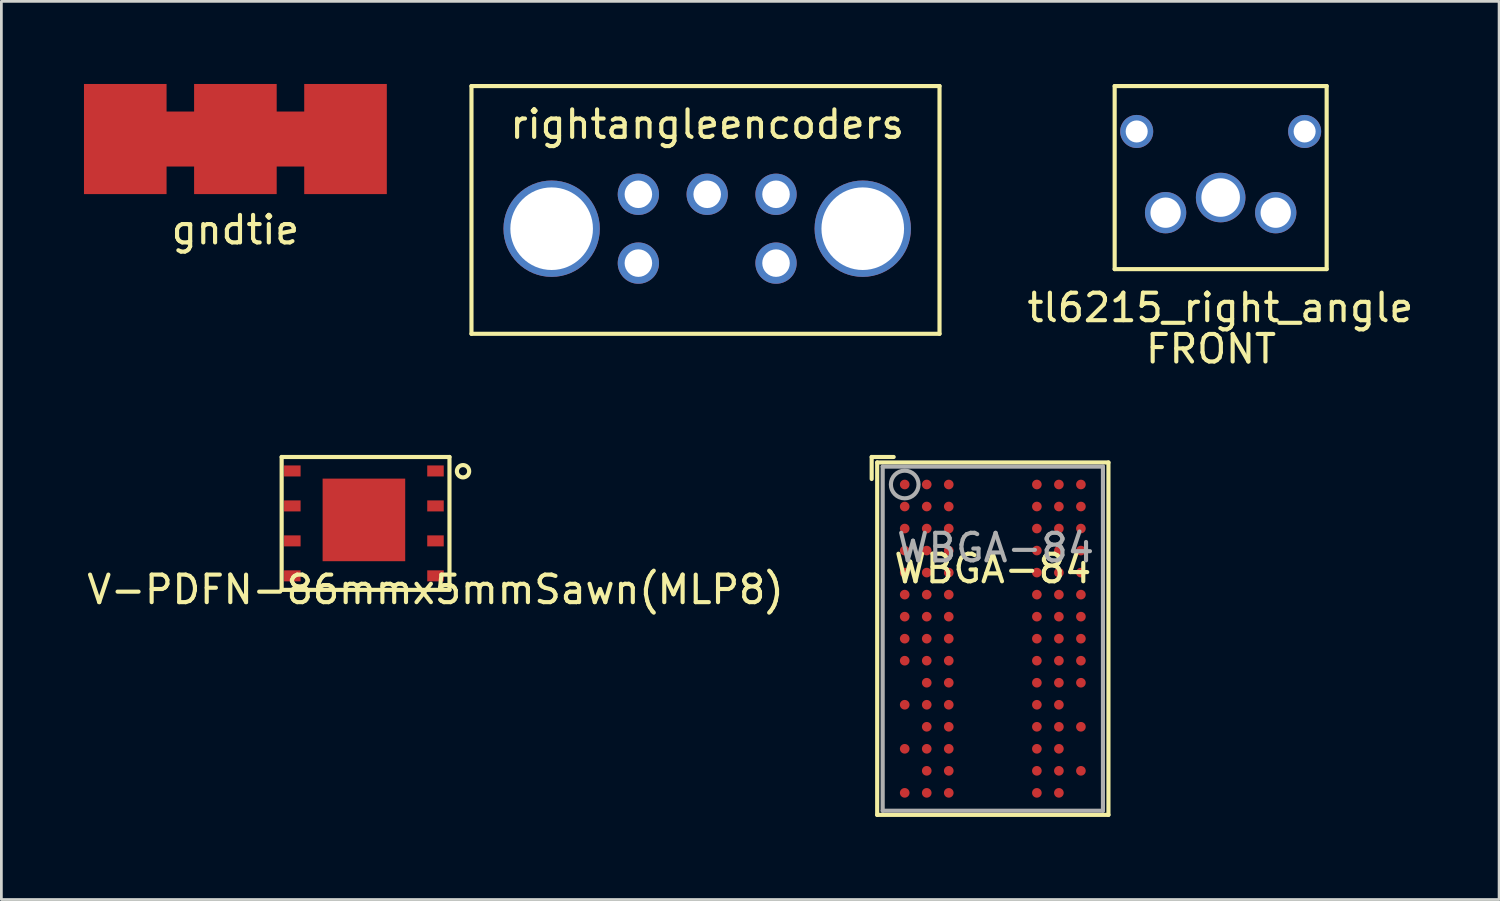
<source format=kicad_pcb>
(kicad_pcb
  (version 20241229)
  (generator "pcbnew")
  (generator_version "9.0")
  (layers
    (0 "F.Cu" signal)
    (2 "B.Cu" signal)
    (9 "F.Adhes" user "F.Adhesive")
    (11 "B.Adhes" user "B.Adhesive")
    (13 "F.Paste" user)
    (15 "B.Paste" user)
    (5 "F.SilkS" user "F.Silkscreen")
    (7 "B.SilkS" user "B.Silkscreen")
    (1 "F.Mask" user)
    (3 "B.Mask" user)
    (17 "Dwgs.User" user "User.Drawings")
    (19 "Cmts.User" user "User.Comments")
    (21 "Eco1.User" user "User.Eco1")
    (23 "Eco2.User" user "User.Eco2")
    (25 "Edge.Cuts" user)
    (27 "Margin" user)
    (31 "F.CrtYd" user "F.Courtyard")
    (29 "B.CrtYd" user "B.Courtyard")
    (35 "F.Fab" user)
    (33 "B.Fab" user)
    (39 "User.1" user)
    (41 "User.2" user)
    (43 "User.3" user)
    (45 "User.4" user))
  (footprint "rightangleencoders"
    (layer "F.Cu")
    (at 22.075 6.075)
    (property "Reference" "rightangleencoders" (at 0.562 -4.608 180) (layer "F.SilkS") (effects (font (size 1 1) (thickness 0.15))))
    (attr through_hole)
    (fp_line (start -8 -6) (end -8 3) (stroke (width 0.15) (type solid)) (layer "F.SilkS"))
    (fp_line (start -8 3) (end 9 3) (stroke (width 0.15) (type solid)) (layer "F.SilkS"))
    (fp_line (start 9 -6) (end -8 -6) (stroke (width 0.15) (type solid)) (layer "F.SilkS"))
    (fp_line (start 9 3) (end 9 -6) (stroke (width 0.15) (type solid)) (layer "F.SilkS"))
    (pad "A" thru_hole circle (at 3.062 -2.068 180) (size 1.5 1.5) (drill 1) (layers "*.Cu" "*.Mask"))
    (pad "B" thru_hole circle (at -1.938 -2.068 180) (size 1.5 1.5) (drill 1) (layers "*.Cu" "*.Mask"))
    (pad "C" thru_hole circle (at 0.562 -2.068 180) (size 1.5 1.5) (drill 1) (layers "*.Cu" "*.Mask"))
    (pad "P1" thru_hole circle (at 6.212 -0.818 180) (size 3.5 3.5) (drill 3) (layers "*.Cu" "*.Mask"))
    (pad "P2" thru_hole circle (at -5.088 -0.818 180) (size 3.5 3.5) (drill 3) (layers "*.Cu" "*.Mask"))
    (pad "S1" thru_hole circle (at 3.062 0.432 180) (size 1.5 1.5) (drill 1) (layers "*.Cu" "*.Mask"))
    (pad "S2" thru_hole circle (at -1.938 0.432 180) (size 1.5 1.5) (drill 1) (layers "*.Cu" "*.Mask")))
  (footprint "V-PDFN-86mmx5mmSawn(MLP8)"
    (layer "F.Cu")
    (at 12.768 17.866)
    (property "Reference" "V-PDFN-86mmx5mmSawn(MLP8)" (at 0 0.5 0) (layer "F.SilkS") (effects (font (size 1 1) (thickness 0.15))))
    (attr through_hole)
    (fp_line (start -5.588 -4.318) (end -5.588 0.508) (stroke (width 0.15) (type solid)) (layer "F.SilkS"))
    (fp_line (start -5.588 0.508) (end 0.508 0.508) (stroke (width 0.15) (type solid)) (layer "F.SilkS"))
    (fp_line (start 0.508 -4.318) (end -5.588 -4.318) (stroke (width 0.15) (type solid)) (layer "F.SilkS"))
    (fp_line (start 0.508 0.508) (end 0.508 -4.318) (stroke (width 0.15) (type solid)) (layer "F.SilkS"))
    (fp_circle (center 1 -3.8) (end 0.9 -4) (stroke (width 0.15) (type solid)) (fill no) (layer "F.SilkS"))
    (pad "1" smd rect (at 0 -3.81) (size 0.6 0.4) (layers "F.Cu" "F.Mask" "F.Paste"))
    (pad "2" smd rect (at 0 -2.54) (size 0.6 0.4) (layers "F.Cu" "F.Mask" "F.Paste"))
    (pad "3" smd rect (at 0 -1.27) (size 0.6 0.4) (layers "F.Cu" "F.Mask" "F.Paste"))
    (pad "4" smd rect (at 0 0) (size 0.6 0.4) (layers "F.Cu" "F.Mask" "F.Paste"))
    (pad "5" smd rect (at -5.2 0) (size 0.6 0.4) (layers "F.Cu" "F.Mask" "F.Paste"))
    (pad "6" smd rect (at -5.2 -1.27) (size 0.6 0.4) (layers "F.Cu" "F.Mask" "F.Paste"))
    (pad "7" smd rect (at -5.2 -2.54) (size 0.6 0.4) (layers "F.Cu" "F.Mask" "F.Paste"))
    (pad "8" smd rect (at -5.2 -3.81) (size 0.6 0.4) (layers "F.Cu" "F.Mask" "F.Paste"))
    (pad "PAD" smd rect (at -2.6 -2.032) (size 3 3) (layers "F.Cu" "F.Mask" "F.Paste")))
  (footprint "WBGA-84"
    (layer "F.Cu")
    (at 33.011 20.148)
    (property "Reference" "WBGA-84" (at 0 -2.54 0) (layer "F.SilkS") (effects (font (size 1 1) (thickness 0.15))))
    (attr through_hole)
    (fp_line (start -4.4 -6.6) (end -4.4 -5.8) (stroke (width 0.15) (type solid)) (layer "F.SilkS"))
    (fp_line (start -4.2 -6.4) (end 4.2 -6.4) (stroke (width 0.15) (type solid)) (layer "F.SilkS"))
    (fp_line (start -4.2 6.4) (end -4.2 -6.4) (stroke (width 0.15) (type solid)) (layer "F.SilkS"))
    (fp_line (start -3.6 -6.6) (end -4.4 -6.6) (stroke (width 0.15) (type solid)) (layer "F.SilkS"))
    (fp_line (start 4.2 -6.4) (end 4.2 6.4) (stroke (width 0.15) (type solid)) (layer "F.SilkS"))
    (fp_line (start 4.2 6.4) (end -4.2 6.4) (stroke (width 0.15) (type solid)) (layer "F.SilkS"))
    (fp_line (start -3.2 -2.8) (end 3.2 -2.8) (stroke (width 0.15) (type solid)) (layer "Eco1.User"))
    (fp_line (start -3.2 0.4) (end 3.2 0.4) (stroke (width 0.15) (type solid)) (layer "Eco1.User"))
    (fp_line (start -4 -6.25) (end 4 -6.25) (stroke (width 0.15) (type solid)) (layer "F.Fab"))
    (fp_line (start -4 6.25) (end -4 -6.25) (stroke (width 0.15) (type solid)) (layer "F.Fab"))
    (fp_line (start 4 -6.25) (end 4 6.25) (stroke (width 0.15) (type solid)) (layer "F.Fab"))
    (fp_line (start 4 6.25) (end -4 6.25) (stroke (width 0.15) (type solid)) (layer "F.Fab"))
    (fp_circle (center -3.2 -5.6) (end -2.7 -5.55) (stroke (width 0.15) (type solid)) (fill no) (layer "F.Fab"))
    (fp_text user "Upper" (at 0 -4.8 0) (layer "Eco1.User") (effects (font (size 1 1) (thickness 0.15))))
    (fp_text user "Lower" (at -0.2 -1 0) (layer "Eco1.User") (effects (font (size 1 1) (thickness 0.15))))
    (fp_text user "${REFERENCE}" (at 0.1 -3.3 0) (layer "F.Fab") (effects (font (size 1 1) (thickness 0.15))))
    (pad "A1" smd circle (at -3.2 -5.6 180) (size 0.35 0.35) (layers "F.Cu" "F.Mask" "F.Paste"))
    (pad "A2" smd circle (at -2.4 -5.6 180) (size 0.35 0.35) (layers "F.Cu" "F.Mask" "F.Paste"))
    (pad "A3" smd circle (at -1.6 -5.6 180) (size 0.35 0.35) (layers "F.Cu" "F.Mask" "F.Paste"))
    (pad "A7" smd circle (at 1.6 -5.6 180) (size 0.35 0.35) (layers "F.Cu" "F.Mask" "F.Paste"))
    (pad "A8" smd circle (at 2.4 -5.6 180) (size 0.35 0.35) (layers "F.Cu" "F.Mask" "F.Paste"))
    (pad "A9" smd circle (at 3.2 -5.6 180) (size 0.35 0.35) (layers "F.Cu" "F.Mask" "F.Paste"))
    (pad "B1" smd circle (at -3.2 -4.8 180) (size 0.35 0.35) (layers "F.Cu" "F.Mask" "F.Paste"))
    (pad "B2" smd circle (at -2.4 -4.8 180) (size 0.35 0.35) (layers "F.Cu" "F.Mask" "F.Paste"))
    (pad "B3" smd circle (at -1.6 -4.8 180) (size 0.35 0.35) (layers "F.Cu" "F.Mask" "F.Paste"))
    (pad "B7" smd circle (at 1.6 -4.8 180) (size 0.35 0.35) (layers "F.Cu" "F.Mask" "F.Paste"))
    (pad "B8" smd circle (at 2.4 -4.8 180) (size 0.35 0.35) (layers "F.Cu" "F.Mask" "F.Paste"))
    (pad "B9" smd circle (at 3.2 -4.8 180) (size 0.35 0.35) (layers "F.Cu" "F.Mask" "F.Paste"))
    (pad "C1" smd circle (at -3.2 -4 180) (size 0.35 0.35) (layers "F.Cu" "F.Mask" "F.Paste"))
    (pad "C2" smd circle (at -2.4 -4 180) (size 0.35 0.35) (layers "F.Cu" "F.Mask" "F.Paste"))
    (pad "C3" smd circle (at -1.6 -4 180) (size 0.35 0.35) (layers "F.Cu" "F.Mask" "F.Paste"))
    (pad "C7" smd circle (at 1.6 -4 180) (size 0.35 0.35) (layers "F.Cu" "F.Mask" "F.Paste"))
    (pad "C8" smd circle (at 2.4 -4 180) (size 0.35 0.35) (layers "F.Cu" "F.Mask" "F.Paste"))
    (pad "C9" smd circle (at 3.2 -4 180) (size 0.35 0.35) (layers "F.Cu" "F.Mask" "F.Paste"))
    (pad "D1" smd circle (at -3.2 -3.2 180) (size 0.35 0.35) (layers "F.Cu" "F.Mask" "F.Paste"))
    (pad "D2" smd circle (at -2.4 -3.2 180) (size 0.35 0.35) (layers "F.Cu" "F.Mask" "F.Paste"))
    (pad "D3" smd circle (at -1.6 -3.2 180) (size 0.35 0.35) (layers "F.Cu" "F.Mask" "F.Paste"))
    (pad "D7" smd circle (at 1.6 -3.2 180) (size 0.35 0.35) (layers "F.Cu" "F.Mask" "F.Paste"))
    (pad "D8" smd circle (at 2.4 -3.2 180) (size 0.35 0.35) (layers "F.Cu" "F.Mask" "F.Paste"))
    (pad "D9" smd circle (at 3.2 -3.2 180) (size 0.35 0.35) (layers "F.Cu" "F.Mask" "F.Paste"))
    (pad "E1" smd circle (at -3.2 -2.4 180) (size 0.35 0.35) (layers "F.Cu" "F.Mask" "F.Paste"))
    (pad "E2" smd circle (at -2.4 -2.4 180) (size 0.35 0.35) (layers "F.Cu" "F.Mask" "F.Paste"))
    (pad "E3" smd circle (at -1.6 -2.4 180) (size 0.35 0.35) (layers "F.Cu" "F.Mask" "F.Paste"))
    (pad "E7" smd circle (at 1.6 -2.4 180) (size 0.35 0.35) (layers "F.Cu" "F.Mask" "F.Paste"))
    (pad "E8" smd circle (at 2.4 -2.4 180) (size 0.35 0.35) (layers "F.Cu" "F.Mask" "F.Paste"))
    (pad "E9" smd circle (at 3.2 -2.4 180) (size 0.35 0.35) (layers "F.Cu" "F.Mask" "F.Paste"))
    (pad "F1" smd circle (at -3.2 -1.6 180) (size 0.35 0.35) (layers "F.Cu" "F.Mask" "F.Paste"))
    (pad "F2" smd circle (at -2.4 -1.6 180) (size 0.35 0.35) (layers "F.Cu" "F.Mask" "F.Paste"))
    (pad "F3" smd circle (at -1.6 -1.6 180) (size 0.35 0.35) (layers "F.Cu" "F.Mask" "F.Paste"))
    (pad "F7" smd circle (at 1.6 -1.6 180) (size 0.35 0.35) (layers "F.Cu" "F.Mask" "F.Paste"))
    (pad "F8" smd circle (at 2.4 -1.6 180) (size 0.35 0.35) (layers "F.Cu" "F.Mask" "F.Paste"))
    (pad "F9" smd circle (at 3.2 -1.6 180) (size 0.35 0.35) (layers "F.Cu" "F.Mask" "F.Paste"))
    (pad "G1" smd circle (at -3.2 -0.8 180) (size 0.35 0.35) (layers "F.Cu" "F.Mask" "F.Paste"))
    (pad "G2" smd circle (at -2.4 -0.8 180) (size 0.35 0.35) (layers "F.Cu" "F.Mask" "F.Paste"))
    (pad "G3" smd circle (at -1.6 -0.8 180) (size 0.35 0.35) (layers "F.Cu" "F.Mask" "F.Paste"))
    (pad "G7" smd circle (at 1.6 -0.8 180) (size 0.35 0.35) (layers "F.Cu" "F.Mask" "F.Paste"))
    (pad "G8" smd circle (at 2.4 -0.8 180) (size 0.35 0.35) (layers "F.Cu" "F.Mask" "F.Paste"))
    (pad "G9" smd circle (at 3.2 -0.8 180) (size 0.35 0.35) (layers "F.Cu" "F.Mask" "F.Paste"))
    (pad "H1" smd circle (at -3.2 0 180) (size 0.35 0.35) (layers "F.Cu" "F.Mask" "F.Paste"))
    (pad "H2" smd circle (at -2.4 0 180) (size 0.35 0.35) (layers "F.Cu" "F.Mask" "F.Paste"))
    (pad "H3" smd circle (at -1.6 0 180) (size 0.35 0.35) (layers "F.Cu" "F.Mask" "F.Paste"))
    (pad "H7" smd circle (at 1.6 0 180) (size 0.35 0.35) (layers "F.Cu" "F.Mask" "F.Paste"))
    (pad "H8" smd circle (at 2.4 0 180) (size 0.35 0.35) (layers "F.Cu" "F.Mask" "F.Paste"))
    (pad "H9" smd circle (at 3.2 0 180) (size 0.35 0.35) (layers "F.Cu" "F.Mask" "F.Paste"))
    (pad "J1" smd circle (at -3.2 0.8 180) (size 0.35 0.35) (layers "F.Cu" "F.Mask" "F.Paste"))
    (pad "J2" smd circle (at -2.4 0.8 180) (size 0.35 0.35) (layers "F.Cu" "F.Mask" "F.Paste"))
    (pad "J3" smd circle (at -1.6 0.8 180) (size 0.35 0.35) (layers "F.Cu" "F.Mask" "F.Paste"))
    (pad "J7" smd circle (at 1.6 0.8 180) (size 0.35 0.35) (layers "F.Cu" "F.Mask" "F.Paste"))
    (pad "J8" smd circle (at 2.4 0.8 180) (size 0.35 0.35) (layers "F.Cu" "F.Mask" "F.Paste"))
    (pad "J9" smd circle (at 3.2 0.8 180) (size 0.35 0.35) (layers "F.Cu" "F.Mask" "F.Paste"))
    (pad "K2" smd circle (at -2.4 1.6 180) (size 0.35 0.35) (layers "F.Cu" "F.Mask" "F.Paste"))
    (pad "K3" smd circle (at -1.6 1.6 180) (size 0.35 0.35) (layers "F.Cu" "F.Mask" "F.Paste"))
    (pad "K7" smd circle (at 1.6 1.6 180) (size 0.35 0.35) (layers "F.Cu" "F.Mask" "F.Paste"))
    (pad "K8" smd circle (at 2.4 1.6 180) (size 0.35 0.35) (layers "F.Cu" "F.Mask" "F.Paste"))
    (pad "K9" smd circle (at 3.2 1.6 180) (size 0.35 0.35) (layers "F.Cu" "F.Mask" "F.Paste"))
    (pad "L1" smd circle (at -3.2 2.4 180) (size 0.35 0.35) (layers "F.Cu" "F.Mask" "F.Paste"))
    (pad "L2" smd circle (at -2.4 2.4 180) (size 0.35 0.35) (layers "F.Cu" "F.Mask" "F.Paste"))
    (pad "L3" smd circle (at -1.6 2.4 180) (size 0.35 0.35) (layers "F.Cu" "F.Mask" "F.Paste"))
    (pad "L7" smd circle (at 1.6 2.4 180) (size 0.35 0.35) (layers "F.Cu" "F.Mask" "F.Paste"))
    (pad "L8" smd circle (at 2.4 2.4 180) (size 0.35 0.35) (layers "F.Cu" "F.Mask" "F.Paste"))
    (pad "M2" smd circle (at -2.4 3.2 180) (size 0.35 0.35) (layers "F.Cu" "F.Mask" "F.Paste"))
    (pad "M3" smd circle (at -1.6 3.2 180) (size 0.35 0.35) (layers "F.Cu" "F.Mask" "F.Paste"))
    (pad "M7" smd circle (at 1.6 3.2 180) (size 0.35 0.35) (layers "F.Cu" "F.Mask" "F.Paste"))
    (pad "M8" smd circle (at 2.4 3.2 180) (size 0.35 0.35) (layers "F.Cu" "F.Mask" "F.Paste"))
    (pad "M9" smd circle (at 3.2 3.2 180) (size 0.35 0.35) (layers "F.Cu" "F.Mask" "F.Paste"))
    (pad "N1" smd circle (at -3.2 4 180) (size 0.35 0.35) (layers "F.Cu" "F.Mask" "F.Paste"))
    (pad "N2" smd circle (at -2.4 4 180) (size 0.35 0.35) (layers "F.Cu" "F.Mask" "F.Paste"))
    (pad "N3" smd circle (at -1.6 4 180) (size 0.35 0.35) (layers "F.Cu" "F.Mask" "F.Paste"))
    (pad "N7" smd circle (at 1.6 4 180) (size 0.35 0.35) (layers "F.Cu" "F.Mask" "F.Paste"))
    (pad "N8" smd circle (at 2.4 4 180) (size 0.35 0.35) (layers "F.Cu" "F.Mask" "F.Paste"))
    (pad "P2" smd circle (at -2.4 4.8 180) (size 0.35 0.35) (layers "F.Cu" "F.Mask" "F.Paste"))
    (pad "P3" smd circle (at -1.6 4.8 180) (size 0.35 0.35) (layers "F.Cu" "F.Mask" "F.Paste"))
    (pad "P7" smd circle (at 1.6 4.8 180) (size 0.35 0.35) (layers "F.Cu" "F.Mask" "F.Paste"))
    (pad "P8" smd circle (at 2.4 4.8 180) (size 0.35 0.35) (layers "F.Cu" "F.Mask" "F.Paste"))
    (pad "P9" smd circle (at 3.2 4.8 180) (size 0.35 0.35) (layers "F.Cu" "F.Mask" "F.Paste"))
    (pad "R1" smd circle (at -3.2 5.6 180) (size 0.35 0.35) (layers "F.Cu" "F.Mask" "F.Paste"))
    (pad "R2" smd circle (at -2.4 5.6 180) (size 0.35 0.35) (layers "F.Cu" "F.Mask" "F.Paste"))
    (pad "R3" smd circle (at -1.6 5.6 180) (size 0.35 0.35) (layers "F.Cu" "F.Mask" "F.Paste"))
    (pad "R7" smd circle (at 1.6 5.6 180) (size 0.35 0.35) (layers "F.Cu" "F.Mask" "F.Paste"))
    (pad "R8" smd circle (at 2.4 5.6 180) (size 0.35 0.35) (layers "F.Cu" "F.Mask" "F.Paste")))
  (footprint "tl6215_right_angle"
    (layer "F.Cu")
    (at 41.287 6.725)
    (property "Reference" "tl6215_right_angle" (at -0.012 1.4 180) (layer "F.SilkS") (effects (font (size 1 1) (thickness 0.15))))
    (attr through_hole)
    (fp_line (start -3.85 -6.65) (end -3.85 0) (stroke (width 0.15) (type solid)) (layer "F.SilkS"))
    (fp_line (start -3.85 0) (end 3.85 0) (stroke (width 0.15) (type solid)) (layer "F.SilkS"))
    (fp_line (start 3.85 -6.65) (end -3.85 -6.65) (stroke (width 0.15) (type solid)) (layer "F.SilkS"))
    (fp_line (start 3.85 -6.65) (end 3.85 0) (stroke (width 0.15) (type solid)) (layer "F.SilkS"))
    (fp_text user "FRONT" (at -0.35 2.9 0) (layer "F.SilkS") (effects (font (size 1 1) (thickness 0.15))))
    (pad "1" thru_hole circle (at 2 -2.05 180) (size 1.5 1.5) (drill 1.1) (layers "*.Cu" "*.Mask"))
    (pad "2" thru_hole circle (at -2 -2.05 180) (size 1.5 1.5) (drill 1.1) (layers "*.Cu" "*.Mask"))
    (pad "3" thru_hole circle (at 3.05 -5 180) (size 1.2 1.2) (drill 0.8) (layers "*.Cu" "*.Mask"))
    (pad "4" thru_hole circle (at -3.05 -5 180) (size 1.2 1.2) (drill 0.8) (layers "*.Cu" "*.Mask"))
    (pad "~" thru_hole circle (at 0 -2.6 180) (size 1.8 1.8) (drill 1.4) (layers "*.Cu" "*.Mask")))
  (footprint "gndtie"
    (layer "F.Cu")
    (at 5.5 2)
    (property "Reference" "gndtie" (at 0 3.3 0) (layer "F.SilkS") (effects (font (size 1 1) (thickness 0.15))))
    (attr through_hole)
    (fp_line (start -4 0) (end 0 0) (stroke (width 2) (type solid)) (layer "F.Cu"))
    (fp_line (start 0 0) (end 4 0) (stroke (width 2) (type solid)) (layer "F.Cu"))
    (pad "1" connect rect (at -4 0) (size 3 4) (layers "F.Cu"))
    (pad "2" connect rect (at 4 0) (size 3 4) (layers "F.Cu"))
    (pad "3" connect rect (at 0 0) (size 3 4) (layers "F.Cu")))
  (gr_rect
    (start -3 -3)
    (end 51.4 29.623)
    (stroke (width 0.1) (type default))
    (fill no)
    (layer "Edge.Cuts")))
</source>
